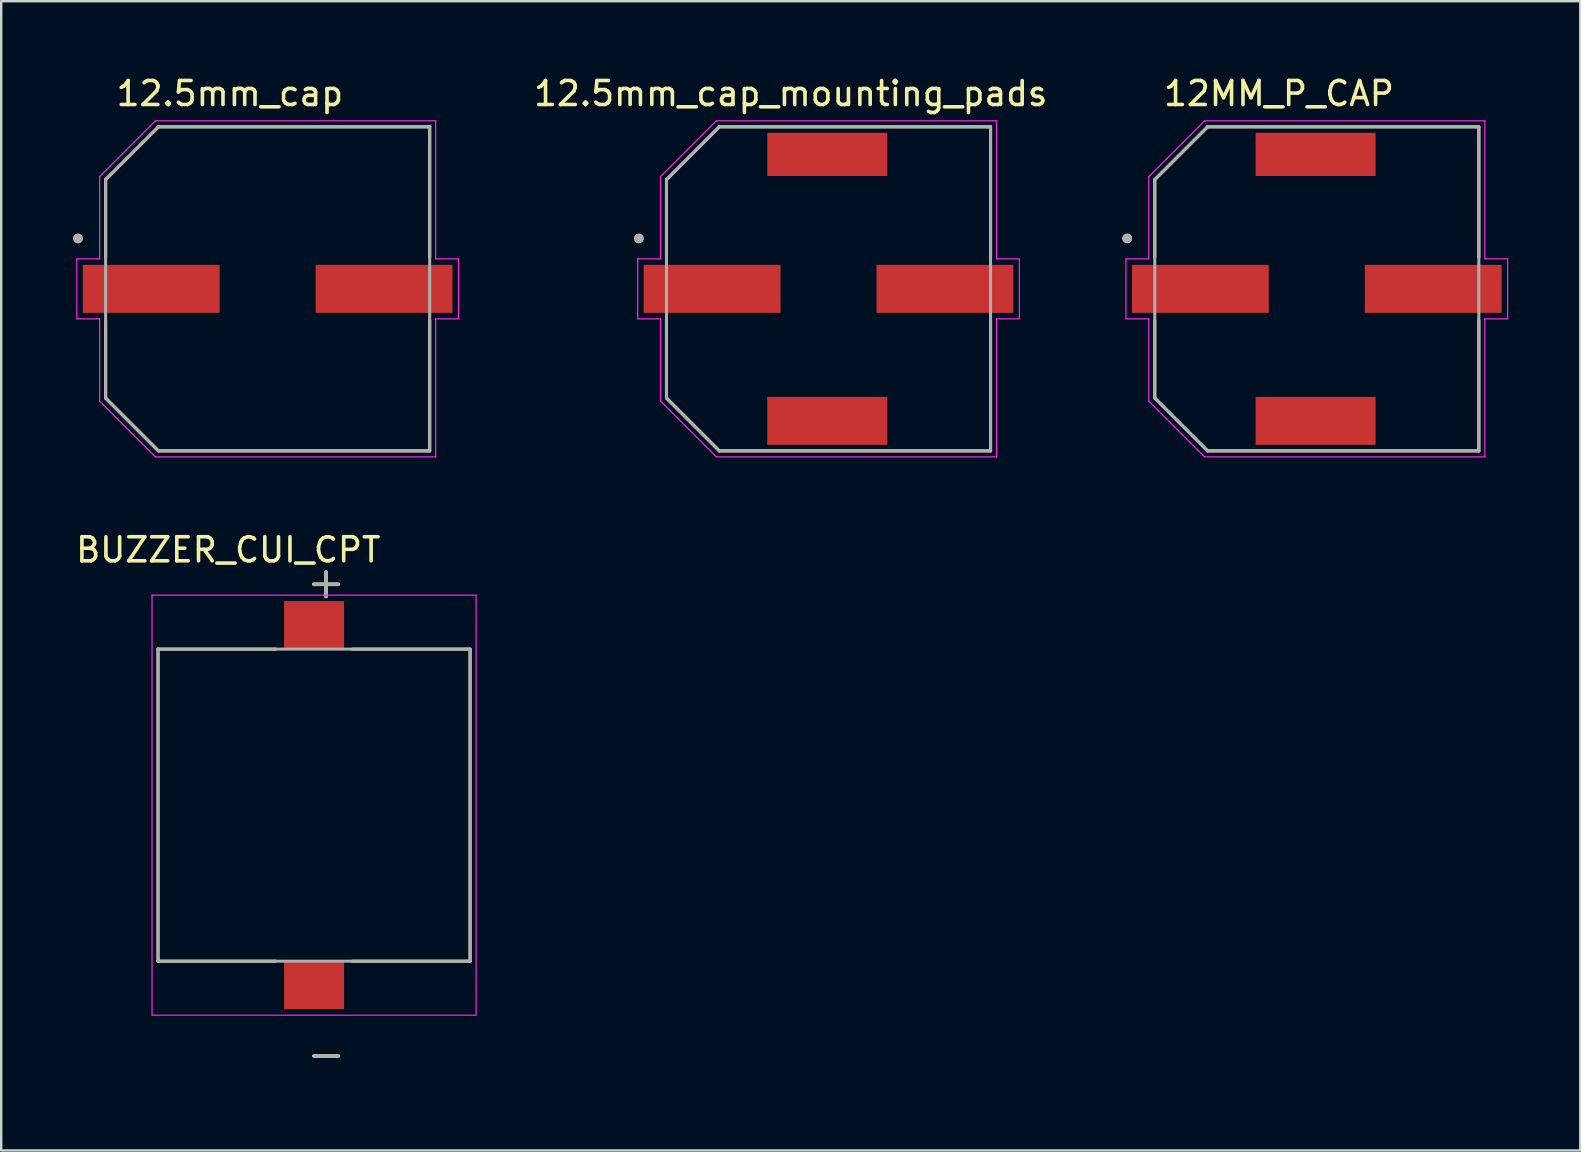
<source format=kicad_pcb>
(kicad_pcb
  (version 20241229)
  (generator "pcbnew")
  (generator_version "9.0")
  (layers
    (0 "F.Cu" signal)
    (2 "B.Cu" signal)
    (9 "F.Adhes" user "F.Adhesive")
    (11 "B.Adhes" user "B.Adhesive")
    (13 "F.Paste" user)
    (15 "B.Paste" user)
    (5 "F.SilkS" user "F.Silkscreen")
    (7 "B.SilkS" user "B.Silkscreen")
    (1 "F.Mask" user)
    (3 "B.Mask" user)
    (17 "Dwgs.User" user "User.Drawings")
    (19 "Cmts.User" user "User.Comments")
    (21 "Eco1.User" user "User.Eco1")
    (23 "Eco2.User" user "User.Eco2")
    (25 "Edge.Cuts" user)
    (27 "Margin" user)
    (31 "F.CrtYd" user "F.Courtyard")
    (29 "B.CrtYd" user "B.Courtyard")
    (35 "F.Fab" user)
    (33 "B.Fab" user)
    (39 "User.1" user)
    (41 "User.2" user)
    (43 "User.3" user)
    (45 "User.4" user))
  (footprint "BUZZER_CUI_CPT"
    (layer "F.Cu")
    (at 10.033 30.491)
    (property "Reference" "BUZZER_CUI_CPT" (at -3.575 -10.635 0) (layer "F.SilkS") (effects (font (size 1 1) (thickness 0.15))))
    (attr smd)
    (fp_line (start -6.5 -6.5) (end -6.5 6.5) (stroke (width 0.127) (type solid)) (layer "F.SilkS"))
    (fp_line (start -6.5 6.5) (end -1.6 6.5) (stroke (width 0.127) (type solid)) (layer "F.SilkS"))
    (fp_line (start -1.6 -6.5) (end -6.5 -6.5) (stroke (width 0.127) (type solid)) (layer "F.SilkS"))
    (fp_line (start 1.6 -6.5) (end 6.5 -6.5) (stroke (width 0.127) (type solid)) (layer "F.SilkS"))
    (fp_line (start 6.5 -6.5) (end 6.5 6.5) (stroke (width 0.127) (type solid)) (layer "F.SilkS"))
    (fp_line (start 6.5 6.5) (end 1.6 6.5) (stroke (width 0.127) (type solid)) (layer "F.SilkS"))
    (fp_line (start -6.75 -8.75) (end 6.75 -8.75) (stroke (width 0.05) (type solid)) (layer "F.CrtYd"))
    (fp_line (start -6.75 8.75) (end -6.75 -8.75) (stroke (width 0.05) (type solid)) (layer "F.CrtYd"))
    (fp_line (start 6.75 -8.75) (end 6.75 8.75) (stroke (width 0.05) (type solid)) (layer "F.CrtYd"))
    (fp_line (start 6.75 8.75) (end -6.75 8.75) (stroke (width 0.05) (type solid)) (layer "F.CrtYd"))
    (fp_line (start -6.5 -6.5) (end 6.5 -6.5) (stroke (width 0.127) (type solid)) (layer "F.Fab"))
    (fp_line (start -6.5 6.5) (end -6.5 -6.5) (stroke (width 0.127) (type solid)) (layer "F.Fab"))
    (fp_line (start 6.5 -6.5) (end 6.5 6.5) (stroke (width 0.127) (type solid)) (layer "F.Fab"))
    (fp_line (start 6.5 6.5) (end -6.5 6.5) (stroke (width 0.127) (type solid)) (layer "F.Fab"))
    (fp_text user "+" (at 0.5 -9.3 0) (layer "F.SilkS") (effects (font (size 1.32 1.32) (thickness 0.15))))
    (fp_text user "-" (at 0.5 10.35 0) (layer "F.SilkS") (effects (font (size 1.32 1.32) (thickness 0.15))))
    (fp_text user "-" (at 0.5 10.35 0) (layer "F.Fab") (effects (font (size 1.32 1.32) (thickness 0.15))))
    (fp_text user "+" (at 0.5 -9.3 0) (layer "F.Fab") (effects (font (size 1.32 1.32) (thickness 0.15))))
    (pad "1" smd rect (at 0 -7.5) (size 2.5 2) (layers "F.Cu" "F.Mask" "F.Paste"))
    (pad "2" smd rect (at 0 7.5) (size 2.5 2) (layers "F.Cu" "F.Mask" "F.Paste")))
  (footprint "12.5mm_cap_mounting_pads"
    (layer "F.Cu")
    (at 31.465 8.983)
    (property "Reference" "12.5mm_cap_mounting_pads" (at -1.575 -8.135 0) (layer "F.SilkS") (effects (font (size 1 1) (thickness 0.15))))
    (attr smd)
    (fp_line (start -6.75 -4.55) (end -6.75 -1.32) (stroke (width 0.127) (type solid)) (layer "F.SilkS"))
    (fp_line (start -6.75 1.32) (end -6.75 4.55) (stroke (width 0.127) (type solid)) (layer "F.SilkS"))
    (fp_line (start -6.75 4.55) (end -4.55 6.75) (stroke (width 0.127) (type solid)) (layer "F.SilkS"))
    (fp_line (start -4.55 -6.75) (end -6.75 -4.55) (stroke (width 0.127) (type solid)) (layer "F.SilkS"))
    (fp_line (start -4.55 6.75) (end 6.75 6.75) (stroke (width 0.127) (type solid)) (layer "F.SilkS"))
    (fp_line (start 6.75 -6.75) (end -4.55 -6.75) (stroke (width 0.127) (type solid)) (layer "F.SilkS"))
    (fp_line (start 6.75 -1.32) (end 6.75 -6.75) (stroke (width 0.127) (type solid)) (layer "F.SilkS"))
    (fp_line (start 6.75 6.75) (end 6.75 1.32) (stroke (width 0.127) (type solid)) (layer "F.SilkS"))
    (fp_circle (center -7.9 -2.1) (end -7.8 -2.1) (stroke (width 0.2) (type solid)) (fill no) (layer "F.SilkS"))
    (fp_line (start -7.95 -1.25) (end -7 -1.25) (stroke (width 0.05) (type solid)) (layer "F.CrtYd"))
    (fp_line (start -7.95 1.25) (end -7.95 -1.25) (stroke (width 0.05) (type solid)) (layer "F.CrtYd"))
    (fp_line (start -7 -4.675) (end -4.675 -7) (stroke (width 0.05) (type solid)) (layer "F.CrtYd"))
    (fp_line (start -7 -1.25) (end -7 -4.675) (stroke (width 0.05) (type solid)) (layer "F.CrtYd"))
    (fp_line (start -7 1.25) (end -7.95 1.25) (stroke (width 0.05) (type solid)) (layer "F.CrtYd"))
    (fp_line (start -7 4.675) (end -7 1.25) (stroke (width 0.05) (type solid)) (layer "F.CrtYd"))
    (fp_line (start -4.675 -7) (end 7 -7) (stroke (width 0.05) (type solid)) (layer "F.CrtYd"))
    (fp_line (start -4.675 7) (end -7 4.675) (stroke (width 0.05) (type solid)) (layer "F.CrtYd"))
    (fp_line (start 7 -7) (end 7 -1.25) (stroke (width 0.05) (type solid)) (layer "F.CrtYd"))
    (fp_line (start 7 -1.25) (end 7.95 -1.25) (stroke (width 0.05) (type solid)) (layer "F.CrtYd"))
    (fp_line (start 7 1.25) (end 7 7) (stroke (width 0.05) (type solid)) (layer "F.CrtYd"))
    (fp_line (start 7 7) (end -4.675 7) (stroke (width 0.05) (type solid)) (layer "F.CrtYd"))
    (fp_line (start 7.95 -1.25) (end 7.95 1.25) (stroke (width 0.05) (type solid)) (layer "F.CrtYd"))
    (fp_line (start 7.95 1.25) (end 7 1.25) (stroke (width 0.05) (type solid)) (layer "F.CrtYd"))
    (fp_line (start -6.75 -4.55) (end -6.75 4.55) (stroke (width 0.127) (type solid)) (layer "F.Fab"))
    (fp_line (start -6.75 4.55) (end -4.55 6.75) (stroke (width 0.127) (type solid)) (layer "F.Fab"))
    (fp_line (start -4.55 -6.75) (end -6.75 -4.55) (stroke (width 0.127) (type solid)) (layer "F.Fab"))
    (fp_line (start -4.55 6.75) (end 6.75 6.75) (stroke (width 0.127) (type solid)) (layer "F.Fab"))
    (fp_line (start 6.75 -6.75) (end -4.55 -6.75) (stroke (width 0.127) (type solid)) (layer "F.Fab"))
    (fp_line (start 6.75 6.75) (end 6.75 -6.75) (stroke (width 0.127) (type solid)) (layer "F.Fab"))
    (fp_circle (center -7.9 -2.1) (end -7.8 -2.1) (stroke (width 0.2) (type solid)) (fill no) (layer "F.Fab"))
    (pad "1" smd rect (at -4.85 0) (size 5.7 2) (layers "F.Cu" "F.Mask" "F.Paste"))
    (pad "2" smd rect (at 4.85 0 180) (size 5.7 2) (layers "F.Cu" "F.Mask" "F.Paste"))
    (pad "3" smd rect (at -0.05 -5.6) (size 5 1.8) (layers "F.Cu" "F.Mask" "F.Paste"))
    (pad "3" smd rect (at -0.05 5.5) (size 5 2) (layers "F.Cu" "F.Mask" "F.Paste")))
  (footprint "12.5mm_cap"
    (layer "F.Cu")
    (at 8.1 8.983)
    (property "Reference" "12.5mm_cap" (at -1.575 -8.135 0) (layer "F.SilkS") (effects (font (size 1 1) (thickness 0.15))))
    (attr smd)
    (fp_line (start -6.75 -4.55) (end -6.75 -1.32) (stroke (width 0.127) (type solid)) (layer "F.SilkS"))
    (fp_line (start -6.75 1.32) (end -6.75 4.55) (stroke (width 0.127) (type solid)) (layer "F.SilkS"))
    (fp_line (start -6.75 4.55) (end -4.55 6.75) (stroke (width 0.127) (type solid)) (layer "F.SilkS"))
    (fp_line (start -4.55 -6.75) (end -6.75 -4.55) (stroke (width 0.127) (type solid)) (layer "F.SilkS"))
    (fp_line (start -4.55 6.75) (end 6.75 6.75) (stroke (width 0.127) (type solid)) (layer "F.SilkS"))
    (fp_line (start 6.75 -6.75) (end -4.55 -6.75) (stroke (width 0.127) (type solid)) (layer "F.SilkS"))
    (fp_line (start 6.75 -1.32) (end 6.75 -6.75) (stroke (width 0.127) (type solid)) (layer "F.SilkS"))
    (fp_line (start 6.75 6.75) (end 6.75 1.32) (stroke (width 0.127) (type solid)) (layer "F.SilkS"))
    (fp_circle (center -7.9 -2.1) (end -7.8 -2.1) (stroke (width 0.2) (type solid)) (fill no) (layer "F.SilkS"))
    (fp_line (start -7.95 -1.25) (end -7 -1.25) (stroke (width 0.05) (type solid)) (layer "F.CrtYd"))
    (fp_line (start -7.95 1.25) (end -7.95 -1.25) (stroke (width 0.05) (type solid)) (layer "F.CrtYd"))
    (fp_line (start -7 -4.675) (end -4.675 -7) (stroke (width 0.05) (type solid)) (layer "F.CrtYd"))
    (fp_line (start -7 -1.25) (end -7 -4.675) (stroke (width 0.05) (type solid)) (layer "F.CrtYd"))
    (fp_line (start -7 1.25) (end -7.95 1.25) (stroke (width 0.05) (type solid)) (layer "F.CrtYd"))
    (fp_line (start -7 4.675) (end -7 1.25) (stroke (width 0.05) (type solid)) (layer "F.CrtYd"))
    (fp_line (start -4.675 -7) (end 7 -7) (stroke (width 0.05) (type solid)) (layer "F.CrtYd"))
    (fp_line (start -4.675 7) (end -7 4.675) (stroke (width 0.05) (type solid)) (layer "F.CrtYd"))
    (fp_line (start 7 -7) (end 7 -1.25) (stroke (width 0.05) (type solid)) (layer "F.CrtYd"))
    (fp_line (start 7 -1.25) (end 7.95 -1.25) (stroke (width 0.05) (type solid)) (layer "F.CrtYd"))
    (fp_line (start 7 1.25) (end 7 7) (stroke (width 0.05) (type solid)) (layer "F.CrtYd"))
    (fp_line (start 7 7) (end -4.675 7) (stroke (width 0.05) (type solid)) (layer "F.CrtYd"))
    (fp_line (start 7.95 -1.25) (end 7.95 1.25) (stroke (width 0.05) (type solid)) (layer "F.CrtYd"))
    (fp_line (start 7.95 1.25) (end 7 1.25) (stroke (width 0.05) (type solid)) (layer "F.CrtYd"))
    (fp_line (start -6.75 -4.55) (end -6.75 4.55) (stroke (width 0.127) (type solid)) (layer "F.Fab"))
    (fp_line (start -6.75 4.55) (end -4.55 6.75) (stroke (width 0.127) (type solid)) (layer "F.Fab"))
    (fp_line (start -4.55 -6.75) (end -6.75 -4.55) (stroke (width 0.127) (type solid)) (layer "F.Fab"))
    (fp_line (start -4.55 6.75) (end 6.75 6.75) (stroke (width 0.127) (type solid)) (layer "F.Fab"))
    (fp_line (start 6.75 -6.75) (end -4.55 -6.75) (stroke (width 0.127) (type solid)) (layer "F.Fab"))
    (fp_line (start 6.75 6.75) (end 6.75 -6.75) (stroke (width 0.127) (type solid)) (layer "F.Fab"))
    (fp_circle (center -7.9 -2.1) (end -7.8 -2.1) (stroke (width 0.2) (type solid)) (fill no) (layer "F.Fab"))
    (pad "1" smd rect (at -4.85 0) (size 5.7 2) (layers "F.Cu" "F.Mask" "F.Paste"))
    (pad "2" smd rect (at 4.85 0 180) (size 5.7 2) (layers "F.Cu" "F.Mask" "F.Paste")))
  (footprint "12MM_P_CAP"
    (layer "F.Cu")
    (at 51.806 8.983)
    (property "Reference" "12MM_P_CAP" (at -1.575 -8.135 0) (layer "F.SilkS") (effects (font (size 1 1) (thickness 0.15))))
    (attr smd)
    (fp_line (start -6.75 -4.55) (end -6.75 -1.32) (stroke (width 0.127) (type solid)) (layer "F.SilkS"))
    (fp_line (start -6.75 1.32) (end -6.75 4.55) (stroke (width 0.127) (type solid)) (layer "F.SilkS"))
    (fp_line (start -6.75 4.55) (end -4.55 6.75) (stroke (width 0.127) (type solid)) (layer "F.SilkS"))
    (fp_line (start -4.55 -6.75) (end -6.75 -4.55) (stroke (width 0.127) (type solid)) (layer "F.SilkS"))
    (fp_line (start -4.55 6.75) (end 6.75 6.75) (stroke (width 0.127) (type solid)) (layer "F.SilkS"))
    (fp_line (start 6.75 -6.75) (end -4.55 -6.75) (stroke (width 0.127) (type solid)) (layer "F.SilkS"))
    (fp_line (start 6.75 -1.32) (end 6.75 -6.75) (stroke (width 0.127) (type solid)) (layer "F.SilkS"))
    (fp_line (start 6.75 6.75) (end 6.75 1.32) (stroke (width 0.127) (type solid)) (layer "F.SilkS"))
    (fp_circle (center -7.9 -2.1) (end -7.8 -2.1) (stroke (width 0.2) (type solid)) (fill no) (layer "F.SilkS"))
    (fp_line (start -7.95 -1.25) (end -7 -1.25) (stroke (width 0.05) (type solid)) (layer "F.CrtYd"))
    (fp_line (start -7.95 1.25) (end -7.95 -1.25) (stroke (width 0.05) (type solid)) (layer "F.CrtYd"))
    (fp_line (start -7 -4.675) (end -4.675 -7) (stroke (width 0.05) (type solid)) (layer "F.CrtYd"))
    (fp_line (start -7 -1.25) (end -7 -4.675) (stroke (width 0.05) (type solid)) (layer "F.CrtYd"))
    (fp_line (start -7 1.25) (end -7.95 1.25) (stroke (width 0.05) (type solid)) (layer "F.CrtYd"))
    (fp_line (start -7 4.675) (end -7 1.25) (stroke (width 0.05) (type solid)) (layer "F.CrtYd"))
    (fp_line (start -4.675 -7) (end 7 -7) (stroke (width 0.05) (type solid)) (layer "F.CrtYd"))
    (fp_line (start -4.675 7) (end -7 4.675) (stroke (width 0.05) (type solid)) (layer "F.CrtYd"))
    (fp_line (start 7 -7) (end 7 -1.25) (stroke (width 0.05) (type solid)) (layer "F.CrtYd"))
    (fp_line (start 7 -1.25) (end 7.95 -1.25) (stroke (width 0.05) (type solid)) (layer "F.CrtYd"))
    (fp_line (start 7 1.25) (end 7 7) (stroke (width 0.05) (type solid)) (layer "F.CrtYd"))
    (fp_line (start 7 7) (end -4.675 7) (stroke (width 0.05) (type solid)) (layer "F.CrtYd"))
    (fp_line (start 7.95 -1.25) (end 7.95 1.25) (stroke (width 0.05) (type solid)) (layer "F.CrtYd"))
    (fp_line (start 7.95 1.25) (end 7 1.25) (stroke (width 0.05) (type solid)) (layer "F.CrtYd"))
    (fp_line (start -6.75 -4.55) (end -6.75 4.55) (stroke (width 0.127) (type solid)) (layer "F.Fab"))
    (fp_line (start -6.75 4.55) (end -4.55 6.75) (stroke (width 0.127) (type solid)) (layer "F.Fab"))
    (fp_line (start -4.55 -6.75) (end -6.75 -4.55) (stroke (width 0.127) (type solid)) (layer "F.Fab"))
    (fp_line (start -4.55 6.75) (end 6.75 6.75) (stroke (width 0.127) (type solid)) (layer "F.Fab"))
    (fp_line (start 6.75 -6.75) (end -4.55 -6.75) (stroke (width 0.127) (type solid)) (layer "F.Fab"))
    (fp_line (start 6.75 6.75) (end 6.75 -6.75) (stroke (width 0.127) (type solid)) (layer "F.Fab"))
    (fp_circle (center -7.9 -2.1) (end -7.8 -2.1) (stroke (width 0.2) (type solid)) (fill no) (layer "F.Fab"))
    (pad "1" smd rect (at -4.85 0) (size 5.7 2) (layers "F.Cu" "F.Mask" "F.Paste"))
    (pad "2" smd rect (at 4.85 0 180) (size 5.7 2) (layers "F.Cu" "F.Mask" "F.Paste"))
    (pad "3" smd rect (at -0.05 -5.6) (size 5 1.8) (layers "F.Cu" "F.Mask" "F.Paste"))
    (pad "3" smd rect (at -0.05 5.5) (size 5 2) (layers "F.Cu" "F.Mask" "F.Paste")))
  (gr_rect
    (start -3 -3)
    (end 62.781 44.877)
    (stroke (width 0.1) (type default))
    (fill no)
    (layer "Edge.Cuts")))
</source>
